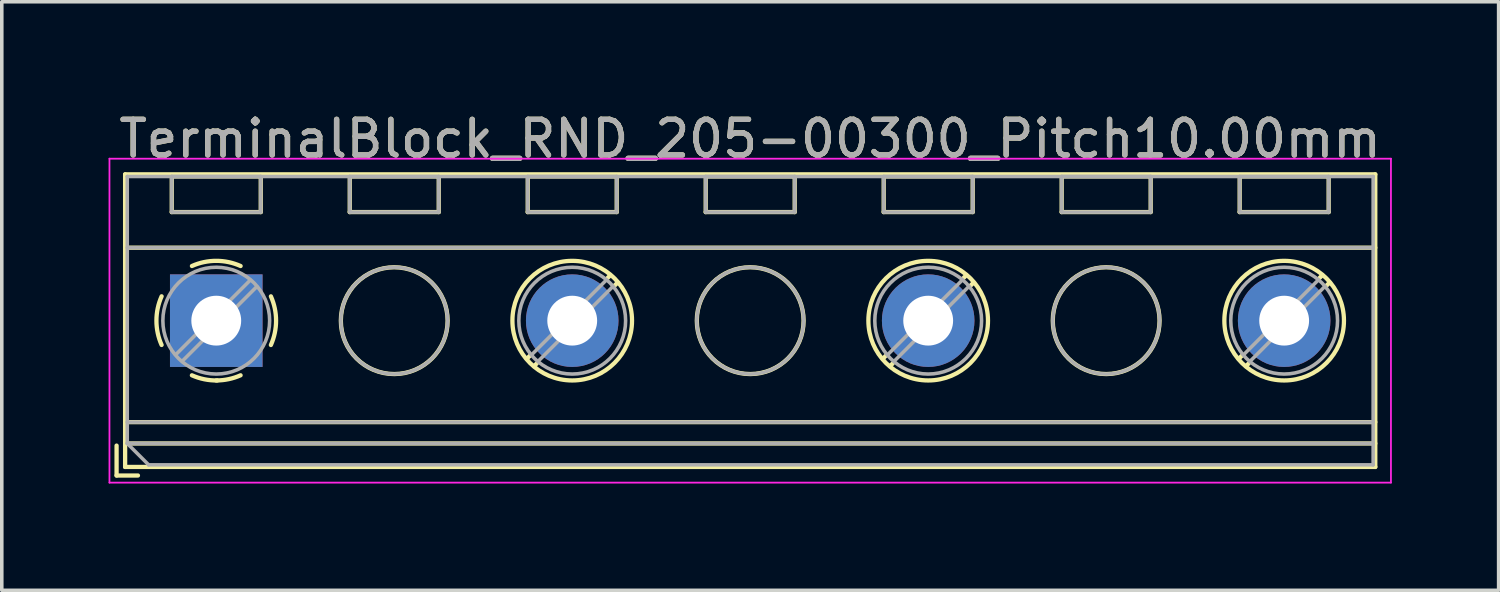
<source format=kicad_pcb>
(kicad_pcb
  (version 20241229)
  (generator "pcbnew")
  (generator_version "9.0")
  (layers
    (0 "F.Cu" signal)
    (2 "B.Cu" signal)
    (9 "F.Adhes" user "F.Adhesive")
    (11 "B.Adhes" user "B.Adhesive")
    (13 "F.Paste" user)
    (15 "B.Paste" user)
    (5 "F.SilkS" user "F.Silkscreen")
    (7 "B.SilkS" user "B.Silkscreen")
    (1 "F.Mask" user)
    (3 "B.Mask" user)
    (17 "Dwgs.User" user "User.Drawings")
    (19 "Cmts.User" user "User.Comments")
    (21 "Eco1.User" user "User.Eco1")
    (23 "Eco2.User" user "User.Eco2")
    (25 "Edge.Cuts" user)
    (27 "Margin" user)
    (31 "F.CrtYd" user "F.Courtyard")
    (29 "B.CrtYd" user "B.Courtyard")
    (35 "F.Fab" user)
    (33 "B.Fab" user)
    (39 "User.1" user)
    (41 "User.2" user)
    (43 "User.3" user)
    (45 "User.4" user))
  (footprint "TerminalBlock_RND_205-00300_Pitch10.00mm"
    (layer "F.Cu")
    (at 3.025 5.958)
    (property "Reference" "TerminalBlock_RND_205-00300_Pitch10.00mm" (at 15 -5.11 0) (layer "F.SilkS") (effects (font (size 1 1) (thickness 0.15))))
    (attr through_hole)
    (fp_line (start -2.8 3.51) (end -2.8 4.35) (stroke (width 0.12) (type solid)) (layer "F.SilkS"))
    (fp_line (start -2.8 4.35) (end -2.2 4.35) (stroke (width 0.12) (type solid)) (layer "F.SilkS"))
    (fp_line (start -2.56 -4.11) (end -2.56 4.11) (stroke (width 0.12) (type solid)) (layer "F.SilkS"))
    (fp_line (start -2.56 -2.05) (end 32.56 -2.05) (stroke (width 0.12) (type solid)) (layer "F.SilkS"))
    (fp_line (start -2.56 2.85) (end 32.56 2.85) (stroke (width 0.12) (type solid)) (layer "F.SilkS"))
    (fp_line (start -2.56 3.45) (end 32.56 3.45) (stroke (width 0.12) (type solid)) (layer "F.SilkS"))
    (fp_line (start -2.56 4.11) (end 32.56 4.11) (stroke (width 0.12) (type solid)) (layer "F.SilkS"))
    (fp_line (start -1.25 -4.05) (end -1.25 -3.05) (stroke (width 0.12) (type solid)) (layer "F.SilkS"))
    (fp_line (start -1.25 -4.05) (end 1.25 -4.05) (stroke (width 0.12) (type solid)) (layer "F.SilkS"))
    (fp_line (start -1.25 -3.05) (end 1.25 -3.05) (stroke (width 0.12) (type solid)) (layer "F.SilkS"))
    (fp_line (start 1.25 -4.05) (end 1.25 -3.05) (stroke (width 0.12) (type solid)) (layer "F.SilkS"))
    (fp_line (start 3.75 -4.05) (end 3.75 -3.05) (stroke (width 0.12) (type solid)) (layer "F.SilkS"))
    (fp_line (start 3.75 -4.05) (end 6.25 -4.05) (stroke (width 0.12) (type solid)) (layer "F.SilkS"))
    (fp_line (start 3.75 -3.05) (end 6.25 -3.05) (stroke (width 0.12) (type solid)) (layer "F.SilkS"))
    (fp_line (start 6.25 -4.05) (end 6.25 -3.05) (stroke (width 0.12) (type solid)) (layer "F.SilkS"))
    (fp_line (start 8.75 -4.05) (end 8.75 -3.05) (stroke (width 0.12) (type solid)) (layer "F.SilkS"))
    (fp_line (start 8.75 -4.05) (end 11.25 -4.05) (stroke (width 0.12) (type solid)) (layer "F.SilkS"))
    (fp_line (start 8.75 -3.05) (end 11.25 -3.05) (stroke (width 0.12) (type solid)) (layer "F.SilkS"))
    (fp_line (start 8.82 0.976) (end 8.726 1.069) (stroke (width 0.12) (type solid)) (layer "F.SilkS"))
    (fp_line (start 9.002 1.204) (end 8.931 1.274) (stroke (width 0.12) (type solid)) (layer "F.SilkS"))
    (fp_line (start 11.07 -1.275) (end 10.999 -1.204) (stroke (width 0.12) (type solid)) (layer "F.SilkS"))
    (fp_line (start 11.25 -4.05) (end 11.25 -3.05) (stroke (width 0.12) (type solid)) (layer "F.SilkS"))
    (fp_line (start 11.275 -1.069) (end 11.181 -0.976) (stroke (width 0.12) (type solid)) (layer "F.SilkS"))
    (fp_line (start 13.75 -4.05) (end 13.75 -3.05) (stroke (width 0.12) (type solid)) (layer "F.SilkS"))
    (fp_line (start 13.75 -4.05) (end 16.25 -4.05) (stroke (width 0.12) (type solid)) (layer "F.SilkS"))
    (fp_line (start 13.75 -3.05) (end 16.25 -3.05) (stroke (width 0.12) (type solid)) (layer "F.SilkS"))
    (fp_line (start 16.25 -4.05) (end 16.25 -3.05) (stroke (width 0.12) (type solid)) (layer "F.SilkS"))
    (fp_line (start 18.75 -4.05) (end 18.75 -3.05) (stroke (width 0.12) (type solid)) (layer "F.SilkS"))
    (fp_line (start 18.75 -4.05) (end 21.25 -4.05) (stroke (width 0.12) (type solid)) (layer "F.SilkS"))
    (fp_line (start 18.75 -3.05) (end 21.25 -3.05) (stroke (width 0.12) (type solid)) (layer "F.SilkS"))
    (fp_line (start 18.82 0.976) (end 18.726 1.069) (stroke (width 0.12) (type solid)) (layer "F.SilkS"))
    (fp_line (start 19.002 1.204) (end 18.931 1.274) (stroke (width 0.12) (type solid)) (layer "F.SilkS"))
    (fp_line (start 21.07 -1.275) (end 20.999 -1.204) (stroke (width 0.12) (type solid)) (layer "F.SilkS"))
    (fp_line (start 21.25 -4.05) (end 21.25 -3.05) (stroke (width 0.12) (type solid)) (layer "F.SilkS"))
    (fp_line (start 21.275 -1.069) (end 21.181 -0.976) (stroke (width 0.12) (type solid)) (layer "F.SilkS"))
    (fp_line (start 23.75 -4.05) (end 23.75 -3.05) (stroke (width 0.12) (type solid)) (layer "F.SilkS"))
    (fp_line (start 23.75 -4.05) (end 26.25 -4.05) (stroke (width 0.12) (type solid)) (layer "F.SilkS"))
    (fp_line (start 23.75 -3.05) (end 26.25 -3.05) (stroke (width 0.12) (type solid)) (layer "F.SilkS"))
    (fp_line (start 26.25 -4.05) (end 26.25 -3.05) (stroke (width 0.12) (type solid)) (layer "F.SilkS"))
    (fp_line (start 28.75 -4.05) (end 28.75 -3.05) (stroke (width 0.12) (type solid)) (layer "F.SilkS"))
    (fp_line (start 28.75 -4.05) (end 31.25 -4.05) (stroke (width 0.12) (type solid)) (layer "F.SilkS"))
    (fp_line (start 28.75 -3.05) (end 31.25 -3.05) (stroke (width 0.12) (type solid)) (layer "F.SilkS"))
    (fp_line (start 28.82 0.976) (end 28.726 1.069) (stroke (width 0.12) (type solid)) (layer "F.SilkS"))
    (fp_line (start 29.002 1.204) (end 28.931 1.274) (stroke (width 0.12) (type solid)) (layer "F.SilkS"))
    (fp_line (start 31.07 -1.275) (end 30.999 -1.204) (stroke (width 0.12) (type solid)) (layer "F.SilkS"))
    (fp_line (start 31.25 -4.05) (end 31.25 -3.05) (stroke (width 0.12) (type solid)) (layer "F.SilkS"))
    (fp_line (start 31.275 -1.069) (end 31.181 -0.976) (stroke (width 0.12) (type solid)) (layer "F.SilkS"))
    (fp_line (start 32.56 -4.11) (end -2.56 -4.11) (stroke (width 0.12) (type solid)) (layer "F.SilkS"))
    (fp_line (start 32.56 4.11) (end 32.56 -4.11) (stroke (width 0.12) (type solid)) (layer "F.SilkS"))
    (fp_arc (start -1.535427 0.683042) (mid -1.680501 -0.000524) (end -1.535 -0.684) (stroke (width 0.12) (type solid)) (layer "F.SilkS"))
    (fp_arc (start -0.683042 -1.535427) (mid 0.000524 -1.680501) (end 0.684 -1.535) (stroke (width 0.12) (type solid)) (layer "F.SilkS"))
    (fp_arc (start 0.028805 1.680253) (mid -0.335551 1.646659) (end -0.684 1.535) (stroke (width 0.12) (type solid)) (layer "F.SilkS"))
    (fp_arc (start 0.683318 1.534756) (mid 0.349292 1.643288) (end 0 1.68) (stroke (width 0.12) (type solid)) (layer "F.SilkS"))
    (fp_arc (start 1.535427 -0.683042) (mid 1.680501 0.000524) (end 1.535 0.684) (stroke (width 0.12) (type solid)) (layer "F.SilkS"))
    (fp_circle (center 5 0) (end 6.5 0) (stroke (width 0.12) (type solid)) (fill no) (layer "F.SilkS"))
    (fp_circle (center 10 0) (end 11.68 0) (stroke (width 0.12) (type solid)) (fill no) (layer "F.SilkS"))
    (fp_circle (center 15 0) (end 16.5 0) (stroke (width 0.12) (type solid)) (fill no) (layer "F.SilkS"))
    (fp_circle (center 20 0) (end 21.68 0) (stroke (width 0.12) (type solid)) (fill no) (layer "F.SilkS"))
    (fp_circle (center 25 0) (end 26.5 0) (stroke (width 0.12) (type solid)) (fill no) (layer "F.SilkS"))
    (fp_circle (center 30 0) (end 31.68 0) (stroke (width 0.12) (type solid)) (fill no) (layer "F.SilkS"))
    (fp_line (start -3 -4.55) (end -3 4.55) (stroke (width 0.05) (type solid)) (layer "F.CrtYd"))
    (fp_line (start -3 4.55) (end 33 4.55) (stroke (width 0.05) (type solid)) (layer "F.CrtYd"))
    (fp_line (start 33 -4.55) (end -3 -4.55) (stroke (width 0.05) (type solid)) (layer "F.CrtYd"))
    (fp_line (start 33 4.55) (end 33 -4.55) (stroke (width 0.05) (type solid)) (layer "F.CrtYd"))
    (fp_line (start -2.5 -4.05) (end 32.5 -4.05) (stroke (width 0.1) (type solid)) (layer "F.Fab"))
    (fp_line (start -2.5 -2.05) (end 32.5 -2.05) (stroke (width 0.1) (type solid)) (layer "F.Fab"))
    (fp_line (start -2.5 2.85) (end 32.5 2.85) (stroke (width 0.1) (type solid)) (layer "F.Fab"))
    (fp_line (start -2.5 3.45) (end -2.5 -4.05) (stroke (width 0.1) (type solid)) (layer "F.Fab"))
    (fp_line (start -2.5 3.45) (end 32.5 3.45) (stroke (width 0.1) (type solid)) (layer "F.Fab"))
    (fp_line (start -1.9 4.05) (end -2.5 3.45) (stroke (width 0.1) (type solid)) (layer "F.Fab"))
    (fp_line (start -1.25 -4.05) (end -1.25 -3.05) (stroke (width 0.1) (type solid)) (layer "F.Fab"))
    (fp_line (start -1.25 -3.05) (end 1.25 -3.05) (stroke (width 0.1) (type solid)) (layer "F.Fab"))
    (fp_line (start 0.955 -1.138) (end -1.138 0.955) (stroke (width 0.1) (type solid)) (layer "F.Fab"))
    (fp_line (start 1.138 -0.955) (end -0.955 1.138) (stroke (width 0.1) (type solid)) (layer "F.Fab"))
    (fp_line (start 1.25 -4.05) (end -1.25 -4.05) (stroke (width 0.1) (type solid)) (layer "F.Fab"))
    (fp_line (start 1.25 -3.05) (end 1.25 -4.05) (stroke (width 0.1) (type solid)) (layer "F.Fab"))
    (fp_line (start 3.75 -4.05) (end 3.75 -3.05) (stroke (width 0.1) (type solid)) (layer "F.Fab"))
    (fp_line (start 3.75 -3.05) (end 6.25 -3.05) (stroke (width 0.1) (type solid)) (layer "F.Fab"))
    (fp_line (start 6.25 -4.05) (end 3.75 -4.05) (stroke (width 0.1) (type solid)) (layer "F.Fab"))
    (fp_line (start 6.25 -3.05) (end 6.25 -4.05) (stroke (width 0.1) (type solid)) (layer "F.Fab"))
    (fp_line (start 8.75 -4.05) (end 8.75 -3.05) (stroke (width 0.1) (type solid)) (layer "F.Fab"))
    (fp_line (start 8.75 -3.05) (end 11.25 -3.05) (stroke (width 0.1) (type solid)) (layer "F.Fab"))
    (fp_line (start 10.955 -1.138) (end 8.863 0.955) (stroke (width 0.1) (type solid)) (layer "F.Fab"))
    (fp_line (start 11.138 -0.955) (end 9.046 1.138) (stroke (width 0.1) (type solid)) (layer "F.Fab"))
    (fp_line (start 11.25 -4.05) (end 8.75 -4.05) (stroke (width 0.1) (type solid)) (layer "F.Fab"))
    (fp_line (start 11.25 -3.05) (end 11.25 -4.05) (stroke (width 0.1) (type solid)) (layer "F.Fab"))
    (fp_line (start 13.75 -4.05) (end 13.75 -3.05) (stroke (width 0.1) (type solid)) (layer "F.Fab"))
    (fp_line (start 13.75 -3.05) (end 16.25 -3.05) (stroke (width 0.1) (type solid)) (layer "F.Fab"))
    (fp_line (start 16.25 -4.05) (end 13.75 -4.05) (stroke (width 0.1) (type solid)) (layer "F.Fab"))
    (fp_line (start 16.25 -3.05) (end 16.25 -4.05) (stroke (width 0.1) (type solid)) (layer "F.Fab"))
    (fp_line (start 18.75 -4.05) (end 18.75 -3.05) (stroke (width 0.1) (type solid)) (layer "F.Fab"))
    (fp_line (start 18.75 -3.05) (end 21.25 -3.05) (stroke (width 0.1) (type solid)) (layer "F.Fab"))
    (fp_line (start 20.955 -1.138) (end 18.863 0.955) (stroke (width 0.1) (type solid)) (layer "F.Fab"))
    (fp_line (start 21.138 -0.955) (end 19.046 1.138) (stroke (width 0.1) (type solid)) (layer "F.Fab"))
    (fp_line (start 21.25 -4.05) (end 18.75 -4.05) (stroke (width 0.1) (type solid)) (layer "F.Fab"))
    (fp_line (start 21.25 -3.05) (end 21.25 -4.05) (stroke (width 0.1) (type solid)) (layer "F.Fab"))
    (fp_line (start 23.75 -4.05) (end 23.75 -3.05) (stroke (width 0.1) (type solid)) (layer "F.Fab"))
    (fp_line (start 23.75 -3.05) (end 26.25 -3.05) (stroke (width 0.1) (type solid)) (layer "F.Fab"))
    (fp_line (start 26.25 -4.05) (end 23.75 -4.05) (stroke (width 0.1) (type solid)) (layer "F.Fab"))
    (fp_line (start 26.25 -3.05) (end 26.25 -4.05) (stroke (width 0.1) (type solid)) (layer "F.Fab"))
    (fp_line (start 28.75 -4.05) (end 28.75 -3.05) (stroke (width 0.1) (type solid)) (layer "F.Fab"))
    (fp_line (start 28.75 -3.05) (end 31.25 -3.05) (stroke (width 0.1) (type solid)) (layer "F.Fab"))
    (fp_line (start 30.955 -1.138) (end 28.863 0.955) (stroke (width 0.1) (type solid)) (layer "F.Fab"))
    (fp_line (start 31.138 -0.955) (end 29.046 1.138) (stroke (width 0.1) (type solid)) (layer "F.Fab"))
    (fp_line (start 31.25 -4.05) (end 28.75 -4.05) (stroke (width 0.1) (type solid)) (layer "F.Fab"))
    (fp_line (start 31.25 -3.05) (end 31.25 -4.05) (stroke (width 0.1) (type solid)) (layer "F.Fab"))
    (fp_line (start 32.5 -4.05) (end 32.5 4.05) (stroke (width 0.1) (type solid)) (layer "F.Fab"))
    (fp_line (start 32.5 4.05) (end -1.9 4.05) (stroke (width 0.1) (type solid)) (layer "F.Fab"))
    (fp_circle (center 0 0) (end 1.5 0) (stroke (width 0.1) (type solid)) (fill no) (layer "F.Fab"))
    (fp_circle (center 5 0) (end 6.5 0) (stroke (width 0.1) (type solid)) (fill no) (layer "F.Fab"))
    (fp_circle (center 10 0) (end 11.5 0) (stroke (width 0.1) (type solid)) (fill no) (layer "F.Fab"))
    (fp_circle (center 15 0) (end 16.5 0) (stroke (width 0.1) (type solid)) (fill no) (layer "F.Fab"))
    (fp_circle (center 20 0) (end 21.5 0) (stroke (width 0.1) (type solid)) (fill no) (layer "F.Fab"))
    (fp_circle (center 25 0) (end 26.5 0) (stroke (width 0.1) (type solid)) (fill no) (layer "F.Fab"))
    (fp_circle (center 30 0) (end 31.5 0) (stroke (width 0.1) (type solid)) (fill no) (layer "F.Fab"))
    (fp_text user "${REFERENCE}" (at 15 -5.11 0) (layer "F.Fab") (effects (font (size 1 1) (thickness 0.15))))
    (pad "1" thru_hole rect (at 0 0) (size 2.6 2.6) (drill 1.4) (layers "*.Cu" "*.Mask"))
    (pad "2" thru_hole oval (at 10 0) (size 2.6 2.6) (drill 1.4) (layers "*.Cu" "*.Mask"))
    (pad "3" thru_hole oval (at 20 0) (size 2.6 2.6) (drill 1.4) (layers "*.Cu" "*.Mask"))
    (pad "4" thru_hole oval (at 30 0) (size 2.6 2.6) (drill 1.4) (layers "*.Cu" "*.Mask")))
  (gr_rect
    (start -3 -3)
    (end 39.05 13.533)
    (stroke (width 0.1) (type default))
    (fill no)
    (layer "Edge.Cuts")))
</source>
